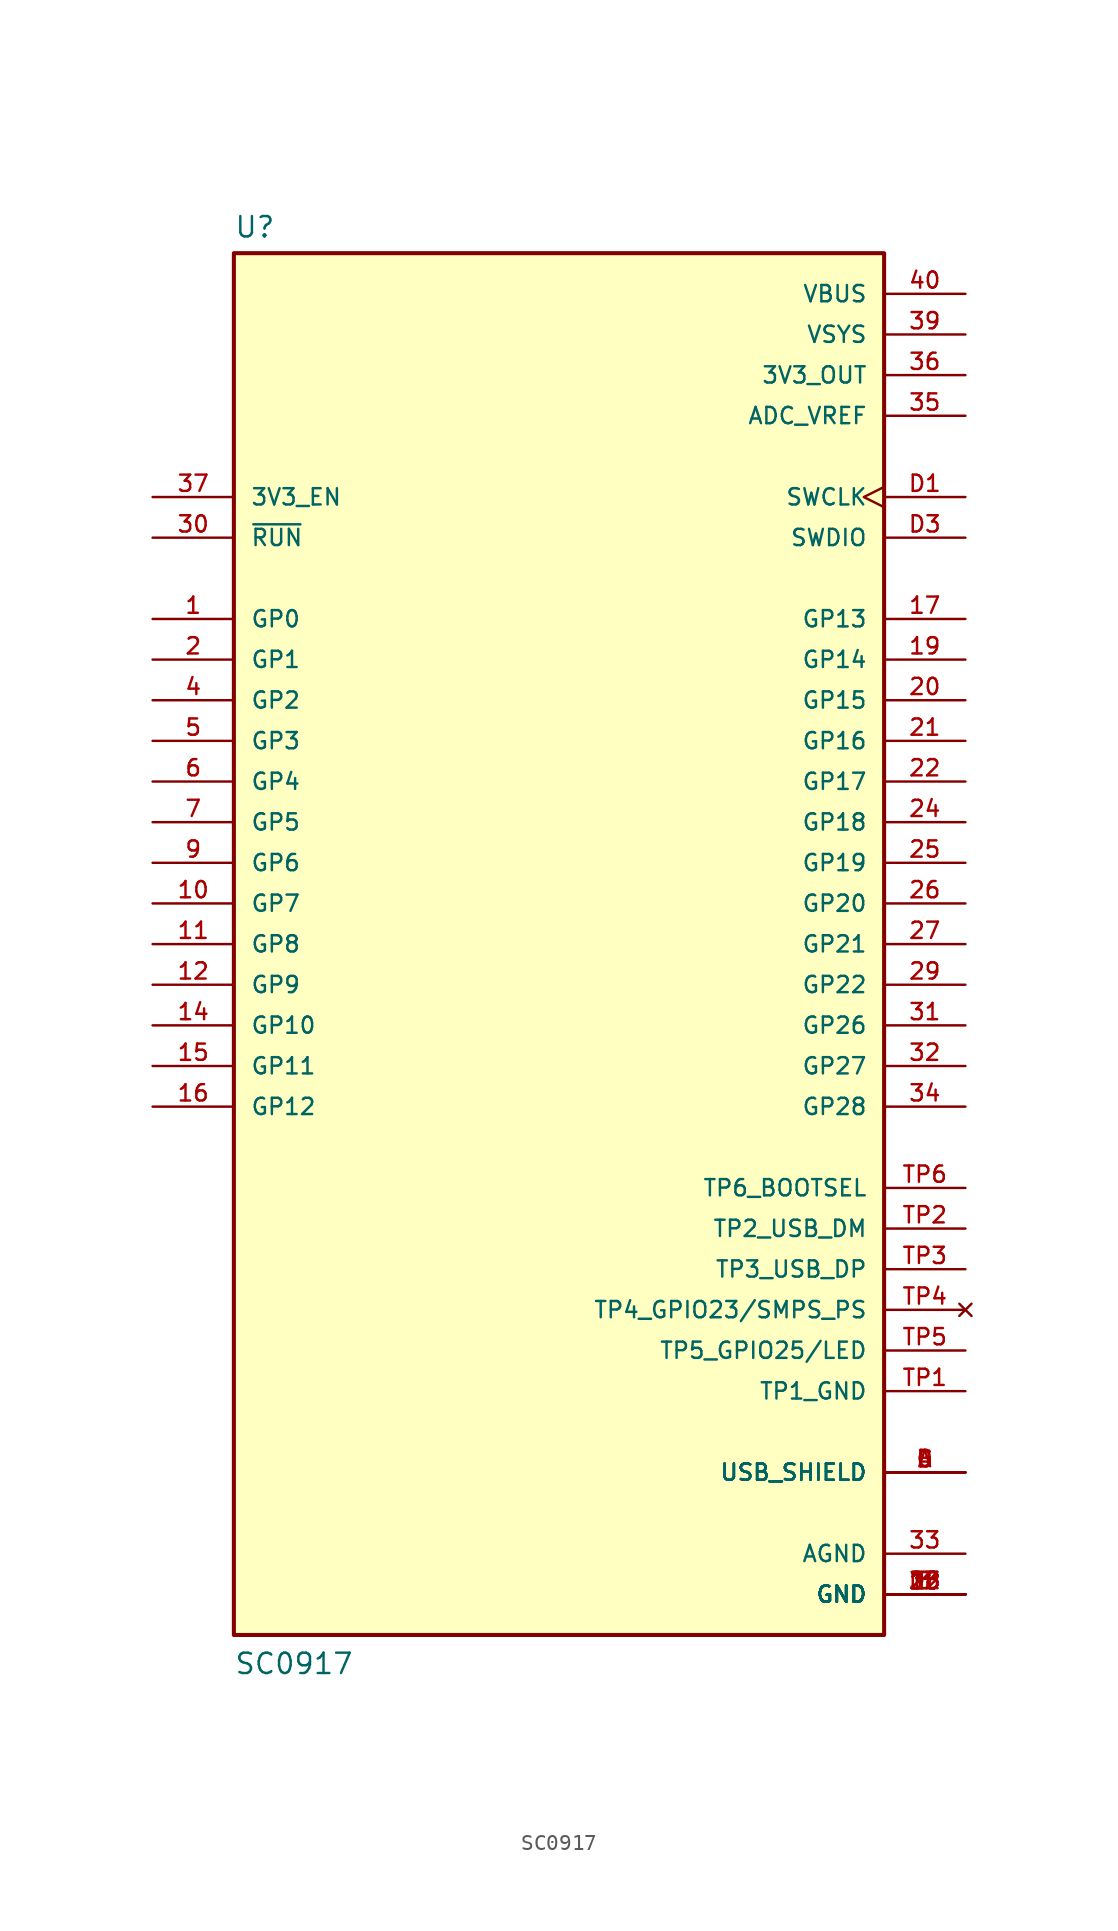
<source format=kicad_sym>
(kicad_symbol_lib
  (version 20231120)
  (generator "kicad_symbol_editor")
  (generator_version "8.0")
  (symbol "SC0917"
    (pin_names
      (offset 1.016))
    (property "Reference" "U"
      (at -20.32 44.069 0)
      (effects (font (size 1.27 1.27)) (justify left bottom)))
    (property "Value" "SC0917"
      (at -20.32 -45.72 0)
      (effects (font (size 1.27 1.27)) (justify left bottom)))
    (symbol "SC0917_0_0"
      (rectangle (start -20.32 -43.18) (end 20.32 43.18) (stroke (width 0.254) (type default)) (fill (type background)))
      (pin bidirectional line (at -25.4 20.32 0) (length 5.08) (name "GP0" (effects (font (size 1.016 1.016)))) (number "1" (effects (font (size 1.016 1.016)))))
      (pin bidirectional line (at -25.4 2.54 0) (length 5.08) (name "GP7" (effects (font (size 1.016 1.016)))) (number "10" (effects (font (size 1.016 1.016)))))
      (pin bidirectional line (at -25.4 0 0) (length 5.08) (name "GP8" (effects (font (size 1.016 1.016)))) (number "11" (effects (font (size 1.016 1.016)))))
      (pin bidirectional line (at -25.4 -2.54 0) (length 5.08) (name "GP9" (effects (font (size 1.016 1.016)))) (number "12" (effects (font (size 1.016 1.016)))))
      (pin power_in line (at 25.4 -40.64 180) (length 5.08) (name "GND" (effects (font (size 1.016 1.016)))) (number "13" (effects (font (size 1.016 1.016)))))
      (pin bidirectional line (at -25.4 -5.08 0) (length 5.08) (name "GP10" (effects (font (size 1.016 1.016)))) (number "14" (effects (font (size 1.016 1.016)))))
      (pin bidirectional line (at -25.4 -7.62 0) (length 5.08) (name "GP11" (effects (font (size 1.016 1.016)))) (number "15" (effects (font (size 1.016 1.016)))))
      (pin bidirectional line (at -25.4 -10.16 0) (length 5.08) (name "GP12" (effects (font (size 1.016 1.016)))) (number "16" (effects (font (size 1.016 1.016)))))
      (pin bidirectional line (at 25.4 20.32 180) (length 5.08) (name "GP13" (effects (font (size 1.016 1.016)))) (number "17" (effects (font (size 1.016 1.016)))))
      (pin power_in line (at 25.4 -40.64 180) (length 5.08) (name "GND" (effects (font (size 1.016 1.016)))) (number "18" (effects (font (size 1.016 1.016)))))
      (pin bidirectional line (at 25.4 17.78 180) (length 5.08) (name "GP14" (effects (font (size 1.016 1.016)))) (number "19" (effects (font (size 1.016 1.016)))))
      (pin bidirectional line (at -25.4 17.78 0) (length 5.08) (name "GP1" (effects (font (size 1.016 1.016)))) (number "2" (effects (font (size 1.016 1.016)))))
      (pin bidirectional line (at 25.4 15.24 180) (length 5.08) (name "GP15" (effects (font (size 1.016 1.016)))) (number "20" (effects (font (size 1.016 1.016)))))
      (pin bidirectional line (at 25.4 12.7 180) (length 5.08) (name "GP16" (effects (font (size 1.016 1.016)))) (number "21" (effects (font (size 1.016 1.016)))))
      (pin bidirectional line (at 25.4 10.16 180) (length 5.08) (name "GP17" (effects (font (size 1.016 1.016)))) (number "22" (effects (font (size 1.016 1.016)))))
      (pin power_in line (at 25.4 -40.64 180) (length 5.08) (name "GND" (effects (font (size 1.016 1.016)))) (number "23" (effects (font (size 1.016 1.016)))))
      (pin bidirectional line (at 25.4 7.62 180) (length 5.08) (name "GP18" (effects (font (size 1.016 1.016)))) (number "24" (effects (font (size 1.016 1.016)))))
      (pin bidirectional line (at 25.4 5.08 180) (length 5.08) (name "GP19" (effects (font (size 1.016 1.016)))) (number "25" (effects (font (size 1.016 1.016)))))
      (pin bidirectional line (at 25.4 2.54 180) (length 5.08) (name "GP20" (effects (font (size 1.016 1.016)))) (number "26" (effects (font (size 1.016 1.016)))))
      (pin bidirectional line (at 25.4 0 180) (length 5.08) (name "GP21" (effects (font (size 1.016 1.016)))) (number "27" (effects (font (size 1.016 1.016)))))
      (pin power_in line (at 25.4 -40.64 180) (length 5.08) (name "GND" (effects (font (size 1.016 1.016)))) (number "28" (effects (font (size 1.016 1.016)))))
      (pin bidirectional line (at 25.4 -2.54 180) (length 5.08) (name "GP22" (effects (font (size 1.016 1.016)))) (number "29" (effects (font (size 1.016 1.016)))))
      (pin power_in line (at 25.4 -40.64 180) (length 5.08) (name "GND" (effects (font (size 1.016 1.016)))) (number "3" (effects (font (size 1.016 1.016)))))
      (pin input line (at -25.4 25.4 0) (length 5.08) (name "~{RUN}" (effects (font (size 1.016 1.016)))) (number "30" (effects (font (size 1.016 1.016)))))
      (pin bidirectional line (at 25.4 -5.08 180) (length 5.08) (name "GP26" (effects (font (size 1.016 1.016)))) (number "31" (effects (font (size 1.016 1.016)))))
      (pin bidirectional line (at 25.4 -7.62 180) (length 5.08) (name "GP27" (effects (font (size 1.016 1.016)))) (number "32" (effects (font (size 1.016 1.016)))))
      (pin power_in line (at 25.4 -38.1 180) (length 5.08) (name "AGND" (effects (font (size 1.016 1.016)))) (number "33" (effects (font (size 1.016 1.016)))))
      (pin bidirectional line (at 25.4 -10.16 180) (length 5.08) (name "GP28" (effects (font (size 1.016 1.016)))) (number "34" (effects (font (size 1.016 1.016)))))
      (pin power_in line (at 25.4 33.02 180) (length 5.08) (name "ADC_VREF" (effects (font (size 1.016 1.016)))) (number "35" (effects (font (size 1.016 1.016)))))
      (pin power_in line (at 25.4 35.56 180) (length 5.08) (name "3V3_OUT" (effects (font (size 1.016 1.016)))) (number "36" (effects (font (size 1.016 1.016)))))
      (pin input line (at -25.4 27.94 0) (length 5.08) (name "3V3_EN" (effects (font (size 1.016 1.016)))) (number "37" (effects (font (size 1.016 1.016)))))
      (pin power_in line (at 25.4 -40.64 180) (length 5.08) (name "GND" (effects (font (size 1.016 1.016)))) (number "38" (effects (font (size 1.016 1.016)))))
      (pin power_in line (at 25.4 38.1 180) (length 5.08) (name "VSYS" (effects (font (size 1.016 1.016)))) (number "39" (effects (font (size 1.016 1.016)))))
      (pin bidirectional line (at -25.4 15.24 0) (length 5.08) (name "GP2" (effects (font (size 1.016 1.016)))) (number "4" (effects (font (size 1.016 1.016)))))
      (pin power_in line (at 25.4 40.64 180) (length 5.08) (name "VBUS" (effects (font (size 1.016 1.016)))) (number "40" (effects (font (size 1.016 1.016)))))
      (pin bidirectional line (at -25.4 12.7 0) (length 5.08) (name "GP3" (effects (font (size 1.016 1.016)))) (number "5" (effects (font (size 1.016 1.016)))))
      (pin bidirectional line (at -25.4 10.16 0) (length 5.08) (name "GP4" (effects (font (size 1.016 1.016)))) (number "6" (effects (font (size 1.016 1.016)))))
      (pin bidirectional line (at -25.4 7.62 0) (length 5.08) (name "GP5" (effects (font (size 1.016 1.016)))) (number "7" (effects (font (size 1.016 1.016)))))
      (pin power_in line (at 25.4 -40.64 180) (length 5.08) (name "GND" (effects (font (size 1.016 1.016)))) (number "8" (effects (font (size 1.016 1.016)))))
      (pin bidirectional line (at -25.4 5.08 0) (length 5.08) (name "GP6" (effects (font (size 1.016 1.016)))) (number "9" (effects (font (size 1.016 1.016)))))
      (pin power_in line (at 25.4 -33.02 180) (length 5.08) (name "USB_SHIELD" (effects (font (size 1.016 1.016)))) (number "A" (effects (font (size 1.016 1.016)))))
      (pin power_in line (at 25.4 -33.02 180) (length 5.08) (name "USB_SHIELD" (effects (font (size 1.016 1.016)))) (number "B" (effects (font (size 1.016 1.016)))))
      (pin power_in line (at 25.4 -33.02 180) (length 5.08) (name "USB_SHIELD" (effects (font (size 1.016 1.016)))) (number "C" (effects (font (size 1.016 1.016)))))
      (pin power_in line (at 25.4 -33.02 180) (length 5.08) (name "USB_SHIELD" (effects (font (size 1.016 1.016)))) (number "D" (effects (font (size 1.016 1.016)))))
      (pin input clock (at 25.4 27.94 180) (length 5.08) (name "SWCLK" (effects (font (size 1.016 1.016)))) (number "D1" (effects (font (size 1.016 1.016)))))
      (pin power_in line (at 25.4 -40.64 180) (length 5.08) (name "GND" (effects (font (size 1.016 1.016)))) (number "D2" (effects (font (size 1.016 1.016)))))
      (pin bidirectional line (at 25.4 25.4 180) (length 5.08) (name "SWDIO" (effects (font (size 1.016 1.016)))) (number "D3" (effects (font (size 1.016 1.016)))))
      (pin power_in line (at 25.4 -27.94 180) (length 5.08) (name "TP1_GND" (effects (font (size 1.016 1.016)))) (number "TP1" (effects (font (size 1.016 1.016)))))
      (pin bidirectional line (at 25.4 -17.78 180) (length 5.08) (name "TP2_USB_DM" (effects (font (size 1.016 1.016)))) (number "TP2" (effects (font (size 1.016 1.016)))))
      (pin bidirectional line (at 25.4 -20.32 180) (length 5.08) (name "TP3_USB_DP" (effects (font (size 1.016 1.016)))) (number "TP3" (effects (font (size 1.016 1.016)))))
      (pin no_connect line (at 25.4 -22.86 180) (length 5.08) (name "TP4_GPIO23/SMPS_PS" (effects (font (size 1.016 1.016)))) (number "TP4" (effects (font (size 1.016 1.016)))))
      (pin output line (at 25.4 -25.4 180) (length 5.08) (name "TP5_GPIO25/LED" (effects (font (size 1.016 1.016)))) (number "TP5" (effects (font (size 1.016 1.016)))))
      (pin input line (at 25.4 -15.24 180) (length 5.08) (name "TP6_BOOTSEL" (effects (font (size 1.016 1.016)))) (number "TP6" (effects (font (size 1.016 1.016))))))))
</source>
